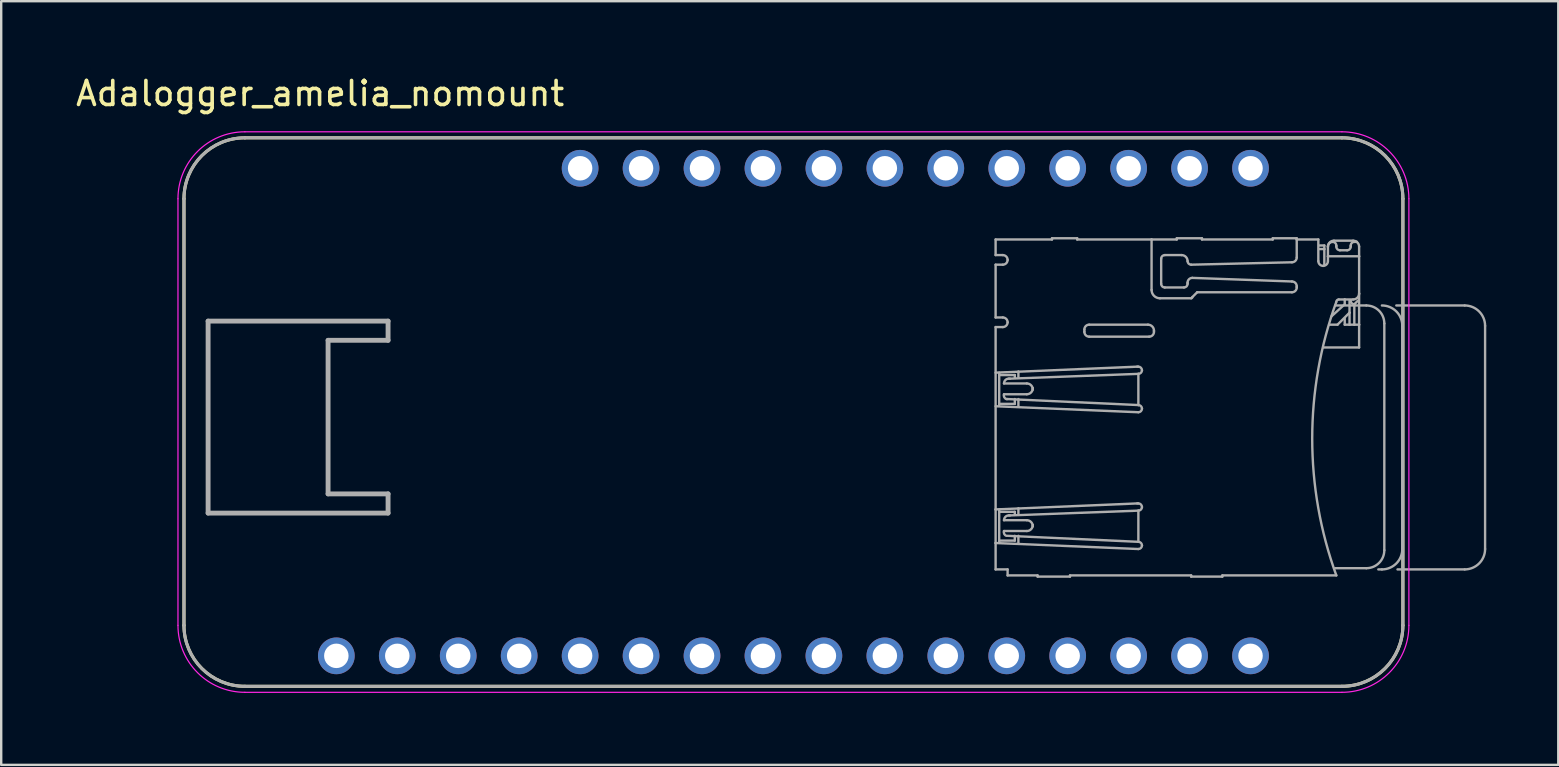
<source format=kicad_pcb>
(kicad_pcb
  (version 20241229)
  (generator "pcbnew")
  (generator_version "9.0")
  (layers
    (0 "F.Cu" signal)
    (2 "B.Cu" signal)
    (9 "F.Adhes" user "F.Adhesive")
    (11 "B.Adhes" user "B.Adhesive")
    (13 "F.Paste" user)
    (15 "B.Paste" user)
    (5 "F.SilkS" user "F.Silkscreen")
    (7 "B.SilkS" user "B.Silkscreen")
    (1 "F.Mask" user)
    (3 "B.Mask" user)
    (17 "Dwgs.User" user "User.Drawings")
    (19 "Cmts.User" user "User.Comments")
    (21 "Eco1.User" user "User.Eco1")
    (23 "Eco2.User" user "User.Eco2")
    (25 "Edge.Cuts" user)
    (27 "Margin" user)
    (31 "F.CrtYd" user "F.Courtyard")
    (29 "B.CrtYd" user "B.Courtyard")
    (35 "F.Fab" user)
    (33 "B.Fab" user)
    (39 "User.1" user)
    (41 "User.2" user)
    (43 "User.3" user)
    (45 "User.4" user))
  (footprint "Adalogger_amelia_nomount"
    (layer "F.Cu")
    (at 30.017 14.123)
    (property "Reference" "Adalogger_amelia_nomount" (at -19.725 -13.275 0) (layer "F.SilkS") (effects (font (size 1 1) (thickness 0.15))))
    (attr through_hole)
    (fp_line (start -25.4 8.89) (end -25.4 -8.89) (stroke (width 0.127) (type solid)) (layer "F.SilkS"))
    (fp_line (start -22.86 -11.43) (end 22.86 -11.43) (stroke (width 0.127) (type solid)) (layer "F.SilkS"))
    (fp_line (start 22.86 11.43) (end -22.86 11.43) (stroke (width 0.127) (type solid)) (layer "F.SilkS"))
    (fp_line (start 25.4 -8.89) (end 25.4 8.89) (stroke (width 0.127) (type solid)) (layer "F.SilkS"))
    (fp_arc (start -25.4 -8.89) (mid -24.656051 -10.686051) (end -22.86 -11.43) (stroke (width 0.127) (type solid)) (layer "F.SilkS"))
    (fp_arc (start -22.86 11.43) (mid -24.656051 10.686051) (end -25.4 8.89) (stroke (width 0.127) (type solid)) (layer "F.SilkS"))
    (fp_arc (start 22.86 -11.43) (mid 24.656051 -10.686051) (end 25.4 -8.89) (stroke (width 0.127) (type solid)) (layer "F.SilkS"))
    (fp_arc (start 25.4 8.89) (mid 24.656051 10.686051) (end 22.86 11.43) (stroke (width 0.127) (type solid)) (layer "F.SilkS"))
    (fp_line (start -25.65 -8.89) (end -25.65 8.89) (stroke (width 0.05) (type solid)) (layer "F.CrtYd"))
    (fp_line (start -22.86 11.68) (end 22.86 11.68) (stroke (width 0.05) (type solid)) (layer "F.CrtYd"))
    (fp_line (start 22.86 -11.68) (end -22.86 -11.68) (stroke (width 0.05) (type solid)) (layer "F.CrtYd"))
    (fp_line (start 25.65 8.89) (end 25.65 -8.89) (stroke (width 0.05) (type solid)) (layer "F.CrtYd"))
    (fp_arc (start -25.65 -8.89) (mid -24.832828 -10.862828) (end -22.86 -11.68) (stroke (width 0.05) (type solid)) (layer "F.CrtYd"))
    (fp_arc (start -22.86 11.68) (mid -24.832828 10.862828) (end -25.65 8.89) (stroke (width 0.05) (type solid)) (layer "F.CrtYd"))
    (fp_arc (start 22.86 -11.68) (mid 24.832828 -10.862828) (end 25.65 -8.89) (stroke (width 0.05) (type solid)) (layer "F.CrtYd"))
    (fp_arc (start 25.65 8.89) (mid 24.832828 10.862828) (end 22.86 11.68) (stroke (width 0.05) (type solid)) (layer "F.CrtYd"))
    (fp_line (start -25.4 8.89) (end -25.4 -8.89) (stroke (width 0.127) (type solid)) (layer "F.Fab"))
    (fp_line (start -24.394 -3.79) (end -16.894 -3.79) (stroke (width 0.203) (type solid)) (layer "F.Fab"))
    (fp_line (start -24.394 4.21) (end -24.394 -3.79) (stroke (width 0.203) (type solid)) (layer "F.Fab"))
    (fp_line (start -22.86 -11.43) (end 22.86 -11.43) (stroke (width 0.127) (type solid)) (layer "F.Fab"))
    (fp_line (start -19.394 -2.99) (end -19.394 3.41) (stroke (width 0.203) (type solid)) (layer "F.Fab"))
    (fp_line (start -19.394 3.41) (end -16.894 3.41) (stroke (width 0.203) (type solid)) (layer "F.Fab"))
    (fp_line (start -16.894 -3.79) (end -16.894 -2.99) (stroke (width 0.203) (type solid)) (layer "F.Fab"))
    (fp_line (start -16.894 -2.99) (end -19.394 -2.99) (stroke (width 0.203) (type solid)) (layer "F.Fab"))
    (fp_line (start -16.894 3.41) (end -16.894 4.21) (stroke (width 0.203) (type solid)) (layer "F.Fab"))
    (fp_line (start -16.894 4.21) (end -24.394 4.21) (stroke (width 0.203) (type solid)) (layer "F.Fab"))
    (fp_line (start 8.426 -7.192) (end 8.426 -6.542) (stroke (width 0.1) (type solid)) (layer "F.Fab"))
    (fp_line (start 8.426 -6.542) (end 8.726 -6.542) (stroke (width 0.1) (type solid)) (layer "F.Fab"))
    (fp_line (start 8.426 -6.142) (end 8.426 -3.942) (stroke (width 0.1) (type solid)) (layer "F.Fab"))
    (fp_line (start 8.426 -3.942) (end 8.726 -3.942) (stroke (width 0.1) (type solid)) (layer "F.Fab"))
    (fp_line (start 8.426 -3.542) (end 8.426 4.058) (stroke (width 0.1) (type solid)) (layer "F.Fab"))
    (fp_line (start 8.426 -1.642) (end 14.326 -1.892) (stroke (width 0.1) (type solid)) (layer "F.Fab"))
    (fp_line (start 8.426 4.058) (end 8.426 5.458) (stroke (width 0.1) (type solid)) (layer "F.Fab"))
    (fp_line (start 8.426 4.058) (end 14.326 3.808) (stroke (width 0.1) (type solid)) (layer "F.Fab"))
    (fp_line (start 8.426 5.458) (end 8.426 6.558) (stroke (width 0.1) (type solid)) (layer "F.Fab"))
    (fp_line (start 8.426 6.558) (end 8.926 6.558) (stroke (width 0.1) (type solid)) (layer "F.Fab"))
    (fp_line (start 8.576 -0.292) (end 8.576 -1.642) (stroke (width 0.1) (type solid)) (layer "F.Fab"))
    (fp_line (start 8.576 5.408) (end 8.576 4.058) (stroke (width 0.1) (type solid)) (layer "F.Fab"))
    (fp_line (start 8.726 -6.142) (end 8.426 -6.142) (stroke (width 0.1) (type solid)) (layer "F.Fab"))
    (fp_line (start 8.726 -3.542) (end 8.426 -3.542) (stroke (width 0.1) (type solid)) (layer "F.Fab"))
    (fp_line (start 8.776 -1.192) (end 9.726 -1.192) (stroke (width 0.1) (type solid)) (layer "F.Fab"))
    (fp_line (start 8.776 4.508) (end 9.726 4.508) (stroke (width 0.1) (type solid)) (layer "F.Fab"))
    (fp_line (start 8.876 -0.542) (end 8.926 -0.542) (stroke (width 0.1) (type solid)) (layer "F.Fab"))
    (fp_line (start 8.926 -0.542) (end 14.376 -0.292) (stroke (width 0.1) (type solid)) (layer "F.Fab"))
    (fp_line (start 8.926 5.158) (end 14.376 5.408) (stroke (width 0.1) (type solid)) (layer "F.Fab"))
    (fp_line (start 8.926 6.558) (end 8.926 6.808) (stroke (width 0.1) (type solid)) (layer "F.Fab"))
    (fp_line (start 8.926 6.808) (end 10.176 6.808) (stroke (width 0.1) (type solid)) (layer "F.Fab"))
    (fp_line (start 9.026 -1.392) (end 8.976 -1.392) (stroke (width 0.1) (type solid)) (layer "F.Fab"))
    (fp_line (start 9.026 4.308) (end 8.976 4.308) (stroke (width 0.1) (type solid)) (layer "F.Fab"))
    (fp_line (start 9.226 -1.542) (end 8.626 -1.542) (stroke (width 0.1) (type solid)) (layer "F.Fab"))
    (fp_line (start 9.226 -1.442) (end 9.226 -1.542) (stroke (width 0.1) (type solid)) (layer "F.Fab"))
    (fp_line (start 9.226 -0.542) (end 9.226 -0.342) (stroke (width 0.1) (type solid)) (layer "F.Fab"))
    (fp_line (start 9.226 -0.342) (end 8.626 -0.342) (stroke (width 0.1) (type solid)) (layer "F.Fab"))
    (fp_line (start 9.226 4.158) (end 8.626 4.158) (stroke (width 0.1) (type solid)) (layer "F.Fab"))
    (fp_line (start 9.226 4.258) (end 9.226 4.158) (stroke (width 0.1) (type solid)) (layer "F.Fab"))
    (fp_line (start 9.226 5.158) (end 9.226 5.358) (stroke (width 0.1) (type solid)) (layer "F.Fab"))
    (fp_line (start 9.226 5.358) (end 8.626 5.358) (stroke (width 0.1) (type solid)) (layer "F.Fab"))
    (fp_line (start 9.376 -1.442) (end 9.376 -1.692) (stroke (width 0.1) (type solid)) (layer "F.Fab"))
    (fp_line (start 9.376 -0.542) (end 9.376 -0.242) (stroke (width 0.1) (type solid)) (layer "F.Fab"))
    (fp_line (start 9.376 4.258) (end 9.376 4.008) (stroke (width 0.1) (type solid)) (layer "F.Fab"))
    (fp_line (start 9.376 5.158) (end 9.376 5.458) (stroke (width 0.1) (type solid)) (layer "F.Fab"))
    (fp_line (start 9.726 -0.742) (end 8.776 -0.742) (stroke (width 0.1) (type solid)) (layer "F.Fab"))
    (fp_line (start 9.726 4.958) (end 8.776 4.958) (stroke (width 0.1) (type solid)) (layer "F.Fab"))
    (fp_line (start 9.976 -0.942) (end 9.976 -0.992) (stroke (width 0.1) (type solid)) (layer "F.Fab"))
    (fp_line (start 9.976 4.758) (end 9.976 4.708) (stroke (width 0.1) (type solid)) (layer "F.Fab"))
    (fp_line (start 10.176 6.808) (end 10.176 6.858) (stroke (width 0.1) (type solid)) (layer "F.Fab"))
    (fp_line (start 10.176 6.858) (end 11.526 6.858) (stroke (width 0.1) (type solid)) (layer "F.Fab"))
    (fp_line (start 10.776 -7.242) (end 10.776 -7.192) (stroke (width 0.1) (type solid)) (layer "F.Fab"))
    (fp_line (start 10.776 -7.192) (end 8.426 -7.192) (stroke (width 0.1) (type solid)) (layer "F.Fab"))
    (fp_line (start 11.526 6.808) (end 16.576 6.808) (stroke (width 0.1) (type solid)) (layer "F.Fab"))
    (fp_line (start 11.526 6.858) (end 11.526 6.808) (stroke (width 0.1) (type solid)) (layer "F.Fab"))
    (fp_line (start 11.826 -7.242) (end 10.776 -7.242) (stroke (width 0.1) (type solid)) (layer "F.Fab"))
    (fp_line (start 11.826 -7.192) (end 11.826 -7.242) (stroke (width 0.1) (type solid)) (layer "F.Fab"))
    (fp_line (start 12.126 -3.342) (end 12.126 -3.442) (stroke (width 0.1) (type solid)) (layer "F.Fab"))
    (fp_line (start 12.326 -3.642) (end 14.776 -3.642) (stroke (width 0.1) (type solid)) (layer "F.Fab"))
    (fp_line (start 14.326 -1.892) (end 14.376 -1.892) (stroke (width 0.1) (type solid)) (layer "F.Fab"))
    (fp_line (start 14.326 3.808) (end 14.376 3.808) (stroke (width 0.1) (type solid)) (layer "F.Fab"))
    (fp_line (start 14.376 -1.592) (end 9.026 -1.392) (stroke (width 0.1) (type solid)) (layer "F.Fab"))
    (fp_line (start 14.376 -0.292) (end 14.376 -1.592) (stroke (width 0.1) (type solid)) (layer "F.Fab"))
    (fp_line (start 14.376 0.008) (end 8.426 -0.242) (stroke (width 0.1) (type solid)) (layer "F.Fab"))
    (fp_line (start 14.376 4.108) (end 9.026 4.308) (stroke (width 0.1) (type solid)) (layer "F.Fab"))
    (fp_line (start 14.376 5.408) (end 14.376 4.108) (stroke (width 0.1) (type solid)) (layer "F.Fab"))
    (fp_line (start 14.376 5.708) (end 8.426 5.458) (stroke (width 0.1) (type solid)) (layer "F.Fab"))
    (fp_line (start 14.826 -3.142) (end 12.326 -3.142) (stroke (width 0.1) (type solid)) (layer "F.Fab"))
    (fp_line (start 14.926 -7.192) (end 11.826 -7.192) (stroke (width 0.1) (type solid)) (layer "F.Fab"))
    (fp_line (start 14.926 -5.092) (end 14.926 -7.192) (stroke (width 0.1) (type solid)) (layer "F.Fab"))
    (fp_line (start 15.026 -3.392) (end 15.026 -3.342) (stroke (width 0.1) (type solid)) (layer "F.Fab"))
    (fp_line (start 15.326 -6.392) (end 15.326 -5.342) (stroke (width 0.1) (type solid)) (layer "F.Fab"))
    (fp_line (start 15.476 -5.192) (end 16.276 -5.192) (stroke (width 0.1) (type solid)) (layer "F.Fab"))
    (fp_line (start 15.976 -7.242) (end 15.976 -7.192) (stroke (width 0.1) (type solid)) (layer "F.Fab"))
    (fp_line (start 15.976 -7.192) (end 14.926 -7.192) (stroke (width 0.1) (type solid)) (layer "F.Fab"))
    (fp_line (start 16.176 -6.542) (end 15.476 -6.542) (stroke (width 0.1) (type solid)) (layer "F.Fab"))
    (fp_line (start 16.426 -5.342) (end 16.426 -5.392) (stroke (width 0.1) (type solid)) (layer "F.Fab"))
    (fp_line (start 16.576 -4.742) (end 15.276 -4.742) (stroke (width 0.1) (type solid)) (layer "F.Fab"))
    (fp_line (start 16.576 6.808) (end 16.576 6.858) (stroke (width 0.1) (type solid)) (layer "F.Fab"))
    (fp_line (start 16.576 6.858) (end 17.876 6.858) (stroke (width 0.1) (type solid)) (layer "F.Fab"))
    (fp_line (start 16.626 -5.592) (end 20.776 -5.442) (stroke (width 0.1) (type solid)) (layer "F.Fab"))
    (fp_line (start 16.826 -4.992) (end 16.626 -4.792) (stroke (width 0.1) (type solid)) (layer "F.Fab"))
    (fp_line (start 17.026 -7.242) (end 15.976 -7.242) (stroke (width 0.1) (type solid)) (layer "F.Fab"))
    (fp_line (start 17.026 -7.192) (end 17.026 -7.242) (stroke (width 0.1) (type solid)) (layer "F.Fab"))
    (fp_line (start 17.876 6.808) (end 22.626 6.808) (stroke (width 0.1) (type solid)) (layer "F.Fab"))
    (fp_line (start 17.876 6.858) (end 17.876 6.808) (stroke (width 0.1) (type solid)) (layer "F.Fab"))
    (fp_line (start 19.976 -7.242) (end 19.976 -7.192) (stroke (width 0.1) (type solid)) (layer "F.Fab"))
    (fp_line (start 19.976 -7.192) (end 17.026 -7.192) (stroke (width 0.1) (type solid)) (layer "F.Fab"))
    (fp_line (start 20.776 -6.242) (end 16.576 -6.142) (stroke (width 0.1) (type solid)) (layer "F.Fab"))
    (fp_line (start 20.776 -4.992) (end 16.826 -4.992) (stroke (width 0.1) (type solid)) (layer "F.Fab"))
    (fp_line (start 20.976 -7.242) (end 19.976 -7.242) (stroke (width 0.1) (type solid)) (layer "F.Fab"))
    (fp_line (start 20.976 -7.192) (end 20.976 -7.242) (stroke (width 0.1) (type solid)) (layer "F.Fab"))
    (fp_line (start 20.976 -7.192) (end 20.976 -6.442) (stroke (width 0.1) (type solid)) (layer "F.Fab"))
    (fp_line (start 20.976 -5.242) (end 20.976 -5.192) (stroke (width 0.1) (type solid)) (layer "F.Fab"))
    (fp_line (start 21.876 -7.192) (end 20.976 -7.192) (stroke (width 0.1) (type solid)) (layer "F.Fab"))
    (fp_line (start 21.876 -6.292) (end 21.876 -7.192) (stroke (width 0.1) (type solid)) (layer "F.Fab"))
    (fp_line (start 21.926 -6.942) (end 22.126 -6.942) (stroke (width 0.1) (type solid)) (layer "F.Fab"))
    (fp_line (start 22.126 -6.792) (end 21.926 -6.792) (stroke (width 0.1) (type solid)) (layer "F.Fab"))
    (fp_line (start 22.126 -6.792) (end 22.126 -6.942) (stroke (width 0.1) (type solid)) (layer "F.Fab"))
    (fp_line (start 22.126 -6.142) (end 22.126 -6.792) (stroke (width 0.1) (type solid)) (layer "F.Fab"))
    (fp_line (start 22.276 -6.892) (end 22.276 -6.492) (stroke (width 0.1) (type solid)) (layer "F.Fab"))
    (fp_line (start 22.276 -6.492) (end 22.276 -6.292) (stroke (width 0.1) (type solid)) (layer "F.Fab"))
    (fp_line (start 22.276 -6.492) (end 23.576 -6.492) (stroke (width 0.1) (type solid)) (layer "F.Fab"))
    (fp_line (start 22.326 -3.642) (end 22.676 -3.642) (stroke (width 0.1) (type solid)) (layer "F.Fab"))
    (fp_line (start 22.576 6.508) (end 23.876 6.508) (stroke (width 0.1) (type solid)) (layer "F.Fab"))
    (fp_line (start 22.626 -6.892) (end 22.626 -6.942) (stroke (width 0.1) (type solid)) (layer "F.Fab"))
    (fp_line (start 22.676 -3.642) (end 23.176 -4.142) (stroke (width 0.1) (type solid)) (layer "F.Fab"))
    (fp_line (start 22.726 -4.692) (end 22.976 -4.692) (stroke (width 0.1) (type solid)) (layer "F.Fab"))
    (fp_line (start 22.86 11.43) (end -22.86 11.43) (stroke (width 0.127) (type solid)) (layer "F.Fab"))
    (fp_line (start 22.976 -4.692) (end 22.976 -4.492) (stroke (width 0.1) (type solid)) (layer "F.Fab"))
    (fp_line (start 22.976 -4.692) (end 23.326 -4.692) (stroke (width 0.1) (type solid)) (layer "F.Fab"))
    (fp_line (start 22.976 -4.492) (end 22.426 -3.992) (stroke (width 0.1) (type solid)) (layer "F.Fab"))
    (fp_line (start 22.976 -3.642) (end 22.976 -3.892) (stroke (width 0.1) (type solid)) (layer "F.Fab"))
    (fp_line (start 23.076 -6.742) (end 22.776 -6.742) (stroke (width 0.1) (type solid)) (layer "F.Fab"))
    (fp_line (start 23.176 -4.142) (end 23.176 -4.642) (stroke (width 0.1) (type solid)) (layer "F.Fab"))
    (fp_line (start 23.176 -4.142) (end 23.176 -3.642) (stroke (width 0.1) (type solid)) (layer "F.Fab"))
    (fp_line (start 23.176 -3.642) (end 22.976 -3.642) (stroke (width 0.1) (type solid)) (layer "F.Fab"))
    (fp_line (start 23.226 -6.942) (end 23.226 -6.892) (stroke (width 0.1) (type solid)) (layer "F.Fab"))
    (fp_line (start 23.326 -7.142) (end 22.526 -7.142) (stroke (width 0.1) (type solid)) (layer "F.Fab"))
    (fp_line (start 23.376 -3.642) (end 23.176 -3.642) (stroke (width 0.1) (type solid)) (layer "F.Fab"))
    (fp_line (start 23.376 -3.642) (end 23.376 -4.492) (stroke (width 0.1) (type solid)) (layer "F.Fab"))
    (fp_line (start 23.476 -7.092) (end 23.376 -7.092) (stroke (width 0.1) (type solid)) (layer "F.Fab"))
    (fp_line (start 23.526 -4.642) (end 23.376 -4.492) (stroke (width 0.1) (type solid)) (layer "F.Fab"))
    (fp_line (start 23.576 -6.492) (end 23.576 -6.892) (stroke (width 0.1) (type solid)) (layer "F.Fab"))
    (fp_line (start 23.576 -4.942) (end 23.576 -6.492) (stroke (width 0.1) (type solid)) (layer "F.Fab"))
    (fp_line (start 23.576 -4.942) (end 23.576 -3.642) (stroke (width 0.1) (type solid)) (layer "F.Fab"))
    (fp_line (start 23.576 -3.642) (end 23.376 -3.642) (stroke (width 0.1) (type solid)) (layer "F.Fab"))
    (fp_line (start 23.576 -3.642) (end 23.576 -2.692) (stroke (width 0.1) (type solid)) (layer "F.Fab"))
    (fp_line (start 23.576 -2.692) (end 22.076 -2.692) (stroke (width 0.1) (type solid)) (layer "F.Fab"))
    (fp_line (start 23.876 -4.442) (end 22.576 -4.442) (stroke (width 0.1) (type solid)) (layer "F.Fab"))
    (fp_line (start 24.376 6.558) (end 24.526 6.558) (stroke (width 0.1) (type solid)) (layer "F.Fab"))
    (fp_line (start 24.626 5.758) (end 24.626 -3.692) (stroke (width 0.1) (type solid)) (layer "F.Fab"))
    (fp_line (start 25.176 6.558) (end 27.976 6.558) (stroke (width 0.1) (type solid)) (layer "F.Fab"))
    (fp_line (start 25.376 5.708) (end 25.376 -3.592) (stroke (width 0.1) (type solid)) (layer "F.Fab"))
    (fp_line (start 25.4 -8.89) (end 25.4 8.89) (stroke (width 0.127) (type solid)) (layer "F.Fab"))
    (fp_line (start 27.976 -4.442) (end 25.126 -4.442) (stroke (width 0.1) (type solid)) (layer "F.Fab"))
    (fp_line (start 28.826 5.708) (end 28.826 -3.592) (stroke (width 0.1) (type solid)) (layer "F.Fab"))
    (fp_arc (start -25.4 -8.89) (mid -24.656051 -10.686051) (end -22.86 -11.43) (stroke (width 0.127) (type solid)) (layer "F.Fab"))
    (fp_arc (start -22.86 11.43) (mid -24.656051 10.686051) (end -25.4 8.89) (stroke (width 0.127) (type solid)) (layer "F.Fab"))
    (fp_arc (start 8.726 -6.542) (mid 8.867421 -6.483421) (end 8.926 -6.342) (stroke (width 0.1) (type solid)) (layer "F.Fab"))
    (fp_arc (start 8.726 -3.942) (mid 8.867421 -3.883421) (end 8.926 -3.742) (stroke (width 0.1) (type solid)) (layer "F.Fab"))
    (fp_arc (start 8.776 -1.192) (mid 8.834579 -1.333421) (end 8.976 -1.392) (stroke (width 0.1) (type solid)) (layer "F.Fab"))
    (fp_arc (start 8.776 4.508) (mid 8.834579 4.366579) (end 8.976 4.308) (stroke (width 0.1) (type solid)) (layer "F.Fab"))
    (fp_arc (start 8.876 -0.542) (mid 8.784579 -0.621289) (end 8.776 -0.742) (stroke (width 0.1) (type solid)) (layer "F.Fab"))
    (fp_arc (start 8.876 5.158) (mid 8.784579 5.078711) (end 8.776 4.958) (stroke (width 0.1) (type solid)) (layer "F.Fab"))
    (fp_arc (start 8.926 -6.342) (mid 8.867421 -6.200579) (end 8.726 -6.142) (stroke (width 0.1) (type solid)) (layer "F.Fab"))
    (fp_arc (start 8.926 -3.742) (mid 8.867421 -3.600579) (end 8.726 -3.542) (stroke (width 0.1) (type solid)) (layer "F.Fab"))
    (fp_arc (start 9.726 -1.192) (mid 9.902777 -1.118777) (end 9.976 -0.942) (stroke (width 0.1) (type solid)) (layer "F.Fab"))
    (fp_arc (start 9.726 4.508) (mid 9.902777 4.581223) (end 9.976 4.758) (stroke (width 0.1) (type solid)) (layer "F.Fab"))
    (fp_arc (start 9.976 -0.992) (mid 9.902777 -0.815223) (end 9.726 -0.742) (stroke (width 0.1) (type solid)) (layer "F.Fab"))
    (fp_arc (start 9.976 4.708) (mid 9.902777 4.884777) (end 9.726 4.958) (stroke (width 0.1) (type solid)) (layer "F.Fab"))
    (fp_arc (start 12.126 -3.442) (mid 12.184579 -3.583421) (end 12.326 -3.642) (stroke (width 0.1) (type solid)) (layer "F.Fab"))
    (fp_arc (start 12.326 -3.142) (mid 12.184579 -3.200579) (end 12.126 -3.342) (stroke (width 0.1) (type solid)) (layer "F.Fab"))
    (fp_arc (start 14.376 -1.892) (mid 14.482066 -1.848066) (end 14.526 -1.742) (stroke (width 0.1) (type solid)) (layer "F.Fab"))
    (fp_arc (start 14.376 -0.292) (mid 14.482066 -0.248066) (end 14.526 -0.142) (stroke (width 0.1) (type solid)) (layer "F.Fab"))
    (fp_arc (start 14.376 3.808) (mid 14.482066 3.851934) (end 14.526 3.958) (stroke (width 0.1) (type solid)) (layer "F.Fab"))
    (fp_arc (start 14.376 5.408) (mid 14.482066 5.451934) (end 14.526 5.558) (stroke (width 0.1) (type solid)) (layer "F.Fab"))
    (fp_arc (start 14.526 -1.742) (mid 14.482066 -1.635934) (end 14.376 -1.592) (stroke (width 0.1) (type solid)) (layer "F.Fab"))
    (fp_arc (start 14.526 -0.142) (mid 14.482066 -0.035934) (end 14.376 0.008) (stroke (width 0.1) (type solid)) (layer "F.Fab"))
    (fp_arc (start 14.526 3.958) (mid 14.482066 4.064066) (end 14.376 4.108) (stroke (width 0.1) (type solid)) (layer "F.Fab"))
    (fp_arc (start 14.526 5.558) (mid 14.482066 5.664066) (end 14.376 5.708) (stroke (width 0.1) (type solid)) (layer "F.Fab"))
    (fp_arc (start 14.776 -3.642) (mid 14.952777 -3.568777) (end 15.026 -3.392) (stroke (width 0.1) (type solid)) (layer "F.Fab"))
    (fp_arc (start 15.026 -3.342) (mid 14.967421 -3.200579) (end 14.826 -3.142) (stroke (width 0.1) (type solid)) (layer "F.Fab"))
    (fp_arc (start 15.276 -4.742) (mid 15.028513 -4.844513) (end 14.926 -5.092) (stroke (width 0.1) (type solid)) (layer "F.Fab"))
    (fp_arc (start 15.326 -6.392) (mid 15.369905 -6.498095) (end 15.476 -6.542) (stroke (width 0.1) (type solid)) (layer "F.Fab"))
    (fp_arc (start 15.476 -5.192) (mid 15.369934 -5.235934) (end 15.326 -5.342) (stroke (width 0.1) (type solid)) (layer "F.Fab"))
    (fp_arc (start 16.176 -6.542) (mid 16.352777 -6.468777) (end 16.426 -6.292) (stroke (width 0.1) (type solid)) (layer "F.Fab"))
    (fp_arc (start 16.426 -5.392) (mid 16.484579 -5.533421) (end 16.626 -5.592) (stroke (width 0.1) (type solid)) (layer "F.Fab"))
    (fp_arc (start 16.426 -5.342) (mid 16.382066 -5.235934) (end 16.276 -5.192) (stroke (width 0.1) (type solid)) (layer "F.Fab"))
    (fp_arc (start 16.576 -6.142) (mid 16.469934 -6.185934) (end 16.426 -6.292) (stroke (width 0.1) (type solid)) (layer "F.Fab"))
    (fp_arc (start 16.626 -4.792) (mid 16.611355 -4.756645) (end 16.576 -4.742) (stroke (width 0.1) (type solid)) (layer "F.Fab"))
    (fp_arc (start 20.776 -5.442) (mid 20.917421 -5.383421) (end 20.976 -5.242) (stroke (width 0.1) (type solid)) (layer "F.Fab"))
    (fp_arc (start 20.976 -6.442) (mid 20.917421 -6.300579) (end 20.776 -6.242) (stroke (width 0.1) (type solid)) (layer "F.Fab"))
    (fp_arc (start 20.976 -5.192) (mid 20.917421 -5.050579) (end 20.776 -4.992) (stroke (width 0.1) (type solid)) (layer "F.Fab"))
    (fp_arc (start 22.076 -6.092) (mid 21.934579 -6.150579) (end 21.876 -6.292) (stroke (width 0.1) (type solid)) (layer "F.Fab"))
    (fp_arc (start 22.276 -6.892) (mid 22.334549 -7.033451) (end 22.476 -7.092) (stroke (width 0.1) (type solid)) (layer "F.Fab"))
    (fp_arc (start 22.276 -6.892) (mid 22.349223 -7.068777) (end 22.526 -7.142) (stroke (width 0.1) (type solid)) (layer "F.Fab"))
    (fp_arc (start 22.276 -6.292) (mid 22.217421 -6.150579) (end 22.076 -6.092) (stroke (width 0.1) (type solid)) (layer "F.Fab"))
    (fp_arc (start 22.476 -7.092) (mid 22.582066 -7.048066) (end 22.626 -6.942) (stroke (width 0.1) (type solid)) (layer "F.Fab"))
    (fp_arc (start 22.626 -4.592) (mid 22.655289 -4.662711) (end 22.726 -4.692) (stroke (width 0.1) (type solid)) (layer "F.Fab"))
    (fp_arc (start 22.626 6.808) (mid 21.620935 1.108) (end 22.626 -4.592) (stroke (width 0.1) (type solid)) (layer "F.Fab"))
    (fp_arc (start 22.776 -6.742) (mid 22.669934 -6.785934) (end 22.626 -6.892) (stroke (width 0.1) (type solid)) (layer "F.Fab"))
    (fp_arc (start 22.86 -11.43) (mid 24.656051 -10.686051) (end 25.4 -8.89) (stroke (width 0.127) (type solid)) (layer "F.Fab"))
    (fp_arc (start 23.226 -6.942) (mid 23.269905 -7.048095) (end 23.376 -7.092) (stroke (width 0.1) (type solid)) (layer "F.Fab"))
    (fp_arc (start 23.226 -6.892) (mid 23.182037 -6.785963) (end 23.076 -6.742) (stroke (width 0.1) (type solid)) (layer "F.Fab"))
    (fp_arc (start 23.326 -7.142) (mid 23.405057 -7.129171) (end 23.476 -7.092) (stroke (width 0.1) (type solid)) (layer "F.Fab"))
    (fp_arc (start 23.376 -4.492) (mid 23.269934 -4.535934) (end 23.226 -4.642) (stroke (width 0.1) (type solid)) (layer "F.Fab"))
    (fp_arc (start 23.475999 -7.092) (mid 23.549606 -7.003803) (end 23.576 -6.892) (stroke (width 0.1) (type solid)) (layer "F.Fab"))
    (fp_arc (start 23.576 -4.942) (mid 23.502777 -4.765223) (end 23.326 -4.692) (stroke (width 0.1) (type solid)) (layer "F.Fab"))
    (fp_arc (start 23.876 -4.442) (mid 24.40633 -4.22233) (end 24.626 -3.692) (stroke (width 0.1) (type solid)) (layer "F.Fab"))
    (fp_arc (start 24.526 -4.442) (mid 25.127041 -4.193041) (end 25.376 -3.592) (stroke (width 0.1) (type solid)) (layer "F.Fab"))
    (fp_arc (start 24.626 5.758) (mid 24.40633 6.28833) (end 23.876 6.508) (stroke (width 0.1) (type solid)) (layer "F.Fab"))
    (fp_arc (start 25.376 5.708) (mid 25.127041 6.309041) (end 24.526 6.558) (stroke (width 0.1) (type solid)) (layer "F.Fab"))
    (fp_arc (start 25.4 8.89) (mid 24.656051 10.686051) (end 22.86 11.43) (stroke (width 0.127) (type solid)) (layer "F.Fab"))
    (fp_arc (start 27.976 -4.442) (mid 28.577041 -4.193041) (end 28.826 -3.592) (stroke (width 0.1) (type solid)) (layer "F.Fab"))
    (fp_arc (start 28.826 5.708) (mid 28.577041 6.309041) (end 27.976 6.558) (stroke (width 0.1) (type solid)) (layer "F.Fab"))
    (pad "1" thru_hole circle (at -19.05 10.16) (size 1.53 1.53) (drill 1.02) (layers "*.Cu" "*.Mask"))
    (pad "2" thru_hole circle (at -16.51 10.16) (size 1.53 1.53) (drill 1.02) (layers "*.Cu" "*.Mask"))
    (pad "3" thru_hole circle (at -13.97 10.16) (size 1.53 1.53) (drill 1.02) (layers "*.Cu" "*.Mask"))
    (pad "4" thru_hole circle (at -11.43 10.16) (size 1.53 1.53) (drill 1.02) (layers "*.Cu" "*.Mask"))
    (pad "5" thru_hole circle (at -8.89 10.16) (size 1.53 1.53) (drill 1.02) (layers "*.Cu" "*.Mask"))
    (pad "6" thru_hole circle (at -6.35 10.16) (size 1.53 1.53) (drill 1.02) (layers "*.Cu" "*.Mask"))
    (pad "7" thru_hole circle (at -3.81 10.16) (size 1.53 1.53) (drill 1.02) (layers "*.Cu" "*.Mask"))
    (pad "8" thru_hole circle (at -1.27 10.16) (size 1.53 1.53) (drill 1.02) (layers "*.Cu" "*.Mask"))
    (pad "9" thru_hole circle (at 1.27 10.16) (size 1.53 1.53) (drill 1.02) (layers "*.Cu" "*.Mask"))
    (pad "10" thru_hole circle (at 3.81 10.16) (size 1.53 1.53) (drill 1.02) (layers "*.Cu" "*.Mask"))
    (pad "11" thru_hole circle (at 6.35 10.16) (size 1.53 1.53) (drill 1.02) (layers "*.Cu" "*.Mask"))
    (pad "12" thru_hole circle (at 8.89 10.16) (size 1.53 1.53) (drill 1.02) (layers "*.Cu" "*.Mask"))
    (pad "13" thru_hole circle (at 11.43 10.16) (size 1.53 1.53) (drill 1.02) (layers "*.Cu" "*.Mask"))
    (pad "14" thru_hole circle (at 13.97 10.16) (size 1.53 1.53) (drill 1.02) (layers "*.Cu" "*.Mask"))
    (pad "15" thru_hole circle (at 16.51 10.16) (size 1.53 1.53) (drill 1.02) (layers "*.Cu" "*.Mask"))
    (pad "16" thru_hole circle (at 19.05 10.16) (size 1.53 1.53) (drill 1.02) (layers "*.Cu" "*.Mask"))
    (pad "17" thru_hole circle (at 19.05 -10.16) (size 1.53 1.53) (drill 1.02) (layers "*.Cu" "*.Mask"))
    (pad "18" thru_hole circle (at 16.51 -10.16) (size 1.53 1.53) (drill 1.02) (layers "*.Cu" "*.Mask"))
    (pad "19" thru_hole circle (at 13.97 -10.16) (size 1.53 1.53) (drill 1.02) (layers "*.Cu" "*.Mask"))
    (pad "20" thru_hole circle (at 11.43 -10.16) (size 1.53 1.53) (drill 1.02) (layers "*.Cu" "*.Mask"))
    (pad "21" thru_hole circle (at 8.89 -10.16) (size 1.53 1.53) (drill 1.02) (layers "*.Cu" "*.Mask"))
    (pad "22" thru_hole circle (at 6.35 -10.16) (size 1.53 1.53) (drill 1.02) (layers "*.Cu" "*.Mask"))
    (pad "23" thru_hole circle (at 3.81 -10.16) (size 1.53 1.53) (drill 1.02) (layers "*.Cu" "*.Mask"))
    (pad "24" thru_hole circle (at 1.27 -10.16) (size 1.53 1.53) (drill 1.02) (layers "*.Cu" "*.Mask"))
    (pad "25" thru_hole circle (at -1.27 -10.16) (size 1.53 1.53) (drill 1.02) (layers "*.Cu" "*.Mask"))
    (pad "26" thru_hole circle (at -3.81 -10.16) (size 1.53 1.53) (drill 1.02) (layers "*.Cu" "*.Mask"))
    (pad "27" thru_hole circle (at -6.35 -10.16) (size 1.53 1.53) (drill 1.02) (layers "*.Cu" "*.Mask"))
    (pad "28" thru_hole circle (at -8.89 -10.16) (size 1.53 1.53) (drill 1.02) (layers "*.Cu" "*.Mask")))
  (gr_rect
    (start -3 -3)
    (end 61.893 28.828)
    (stroke (width 0.1) (type default))
    (fill no)
    (layer "Edge.Cuts")))
</source>
